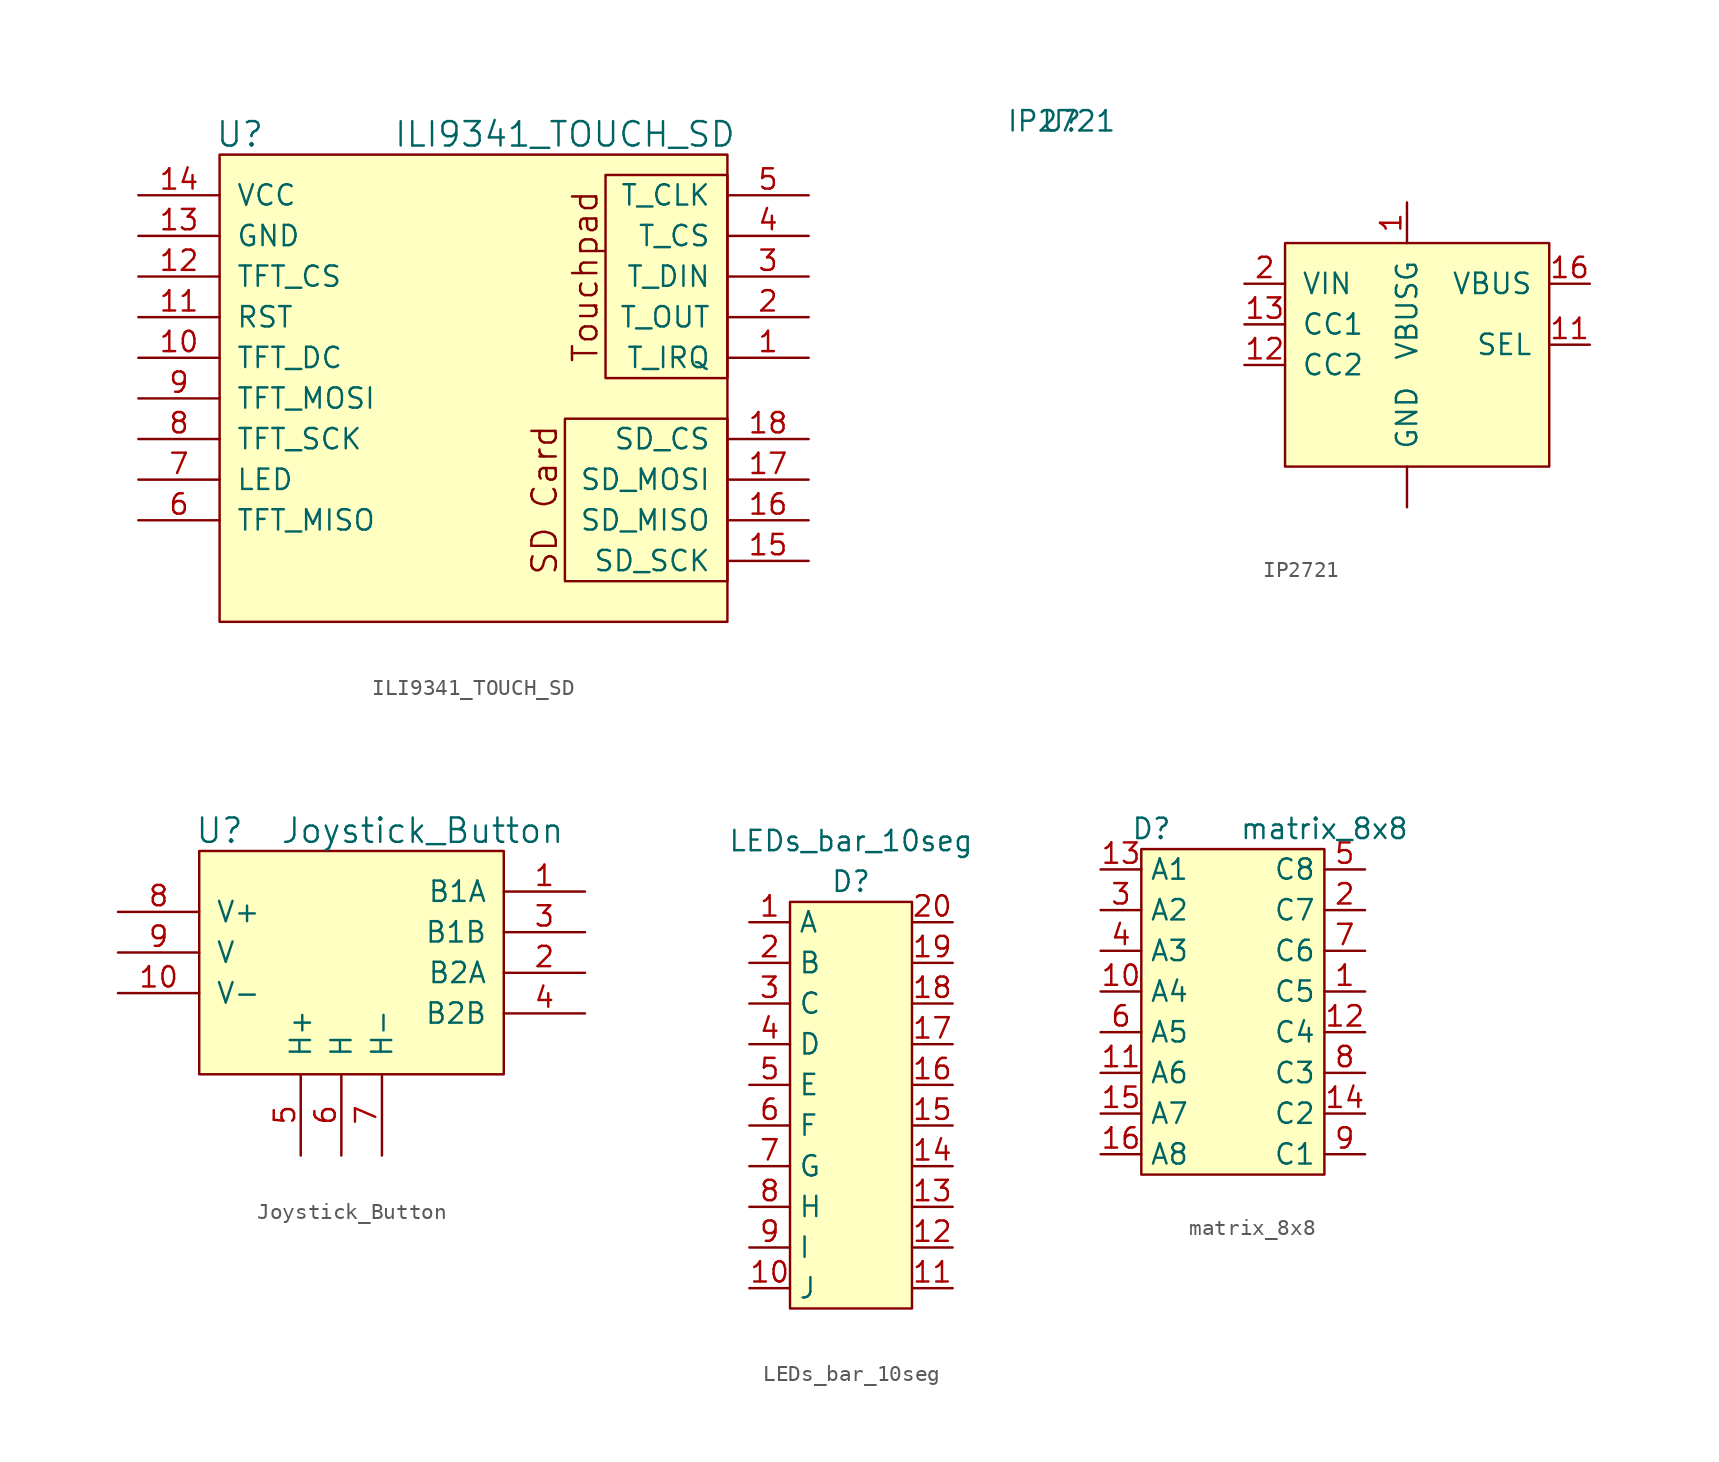
<source format=kicad_sym>
(kicad_symbol_lib
  (version 20211014)
  (generator kicad_symbol_editor)
  (symbol "ILI9341_TOUCH_SD"
    (pin_names
      (offset 1.016))
    (property "Reference" "U"
      (at -13.97 15.24 0)
      (effects (font (size 1.524 1.524))))
    (property "Value" "ILI9341_TOUCH_SD"
      (at 6.35 15.24 0)
      (effects (font (size 1.524 1.524))))
    (symbol "ILI9341_TOUCH_SD_0_0"
      (text "SD Card" (at 5.08 -7.62 900) (effects (font (size 1.524 1.524))))
      (text "Touchpad" (at 7.62 6.35 900) (effects (font (size 1.524 1.524)))))
    (symbol "ILI9341_TOUCH_SD_0_1"
      (rectangle (start -15.24 13.97) (end 16.51 -15.24) (stroke (width 0) (type default) (color 0 0 0 0)) (fill (type background)))
      (rectangle (start 6.35 -2.54) (end 16.51 -12.7) (stroke (width 0) (type default) (color 0 0 0 0)) (fill (type none)))
      (rectangle (start 16.51 12.7) (end 8.89 0) (stroke (width 0) (type default) (color 0 0 0 0)) (fill (type none))))
    (symbol "ILI9341_TOUCH_SD_1_1"
      (pin input line (at 21.59 1.27 180) (length 5.08) (name "T_IRQ" (effects (font (size 1.27 1.27)))) (number "1" (effects (font (size 1.27 1.27)))))
      (pin input line (at -20.32 1.27 0) (length 5.08) (name "TFT_DC" (effects (font (size 1.27 1.27)))) (number "10" (effects (font (size 1.27 1.27)))))
      (pin input line (at -20.32 3.81 0) (length 5.08) (name "RST" (effects (font (size 1.27 1.27)))) (number "11" (effects (font (size 1.27 1.27)))))
      (pin input line (at -20.32 6.35 0) (length 5.08) (name "TFT_CS" (effects (font (size 1.27 1.27)))) (number "12" (effects (font (size 1.27 1.27)))))
      (pin input line (at -20.32 8.89 0) (length 5.08) (name "GND" (effects (font (size 1.27 1.27)))) (number "13" (effects (font (size 1.27 1.27)))))
      (pin input line (at -20.32 11.43 0) (length 5.08) (name "VCC" (effects (font (size 1.27 1.27)))) (number "14" (effects (font (size 1.27 1.27)))))
      (pin input line (at 21.59 -11.43 180) (length 5.08) (name "SD_SCK" (effects (font (size 1.27 1.27)))) (number "15" (effects (font (size 1.27 1.27)))))
      (pin input line (at 21.59 -8.89 180) (length 5.08) (name "SD_MISO" (effects (font (size 1.27 1.27)))) (number "16" (effects (font (size 1.27 1.27)))))
      (pin input line (at 21.59 -6.35 180) (length 5.08) (name "SD_MOSI" (effects (font (size 1.27 1.27)))) (number "17" (effects (font (size 1.27 1.27)))))
      (pin input line (at 21.59 -3.81 180) (length 5.08) (name "SD_CS" (effects (font (size 1.27 1.27)))) (number "18" (effects (font (size 1.27 1.27)))))
      (pin input line (at 21.59 3.81 180) (length 5.08) (name "T_OUT" (effects (font (size 1.27 1.27)))) (number "2" (effects (font (size 1.27 1.27)))))
      (pin input line (at 21.59 6.35 180) (length 5.08) (name "T_DIN" (effects (font (size 1.27 1.27)))) (number "3" (effects (font (size 1.27 1.27)))))
      (pin input line (at 21.59 8.89 180) (length 5.08) (name "T_CS" (effects (font (size 1.27 1.27)))) (number "4" (effects (font (size 1.27 1.27)))))
      (pin input line (at 21.59 11.43 180) (length 5.08) (name "T_CLK" (effects (font (size 1.27 1.27)))) (number "5" (effects (font (size 1.27 1.27)))))
      (pin input line (at -20.32 -8.89 0) (length 5.08) (name "TFT_MISO" (effects (font (size 1.27 1.27)))) (number "6" (effects (font (size 1.27 1.27)))))
      (pin input line (at -20.32 -6.35 0) (length 5.08) (name "LED" (effects (font (size 1.27 1.27)))) (number "7" (effects (font (size 1.27 1.27)))))
      (pin input line (at -20.32 -3.81 0) (length 5.08) (name "TFT_SCK" (effects (font (size 1.27 1.27)))) (number "8" (effects (font (size 1.27 1.27)))))
      (pin input line (at -20.32 -1.27 0) (length 5.08) (name "TFT_MOSI" (effects (font (size 1.27 1.27)))) (number "9" (effects (font (size 1.27 1.27)))))))
  (symbol "IP2721"
    (pin_names
      (offset 1.016))
    (property "Reference" "U"
      (at -21.59 20.32 0)
      (effects (font (size 1.27 1.27))))
    (property "Value" "IP2721"
      (at -21.59 20.32 0)
      (effects (font (size 1.27 1.27))))
    (symbol "IP2721_0_1"
      (rectangle (start -7.62 12.7) (end 8.89 -1.27) (stroke (width 0) (type default) (color 0 0 0 0)) (fill (type background))))
    (symbol "IP2721_1_1"
      (pin output line (at 0 15.24 270) (length 2.54) (name "VBUSG" (effects (font (size 1.27 1.27)))) (number "1" (effects (font (size 1.27 1.27)))))
      (pin input line (at 11.43 6.35 180) (length 2.54) (name "SEL" (effects (font (size 1.27 1.27)))) (number "11" (effects (font (size 1.27 1.27)))))
      (pin output line (at -10.16 5.08 0) (length 2.54) (name "CC2" (effects (font (size 1.27 1.27)))) (number "12" (effects (font (size 1.27 1.27)))))
      (pin output line (at -10.16 7.62 0) (length 2.54) (name "CC1" (effects (font (size 1.27 1.27)))) (number "13" (effects (font (size 1.27 1.27)))))
      (pin power_in line (at 11.43 10.16 180) (length 2.54) (name "VBUS" (effects (font (size 1.27 1.27)))) (number "16" (effects (font (size 1.27 1.27)))))
      (pin power_in line (at -10.16 10.16 0) (length 2.54) (name "VIN" (effects (font (size 1.27 1.27)))) (number "2" (effects (font (size 1.27 1.27)))))
      (pin power_out line (at 0 -3.81 90) (length 2.54) (name "GND" (effects (font (size 1.27 1.27)))) (number "~" (effects (font (size 1.27 1.27)))))))
  (symbol "Joystick_Button"
    (pin_names
      (offset 1.016))
    (property "Reference" "U"
      (at -7.62 8.89 0)
      (effects (font (size 1.524 1.524))))
    (property "Value" "Joystick_Button"
      (at 5.08 8.89 0)
      (effects (font (size 1.524 1.524))))
    (symbol "Joystick_Button_0_1"
      (rectangle (start -8.89 7.62) (end 10.16 -6.35) (stroke (width 0) (type default) (color 0 0 0 0)) (fill (type background))))
    (symbol "Joystick_Button_1_1"
      (pin input line (at 15.24 5.08 180) (length 5.08) (name "B1A" (effects (font (size 1.27 1.27)))) (number "1" (effects (font (size 1.27 1.27)))))
      (pin input line (at -13.97 -1.27 0) (length 5.08) (name "V-" (effects (font (size 1.27 1.27)))) (number "10" (effects (font (size 1.27 1.27)))))
      (pin input line (at 15.24 0 180) (length 5.08) (name "B2A" (effects (font (size 1.27 1.27)))) (number "2" (effects (font (size 1.27 1.27)))))
      (pin input line (at 15.24 2.54 180) (length 5.08) (name "B1B" (effects (font (size 1.27 1.27)))) (number "3" (effects (font (size 1.27 1.27)))))
      (pin input line (at 15.24 -2.54 180) (length 5.08) (name "B2B" (effects (font (size 1.27 1.27)))) (number "4" (effects (font (size 1.27 1.27)))))
      (pin input line (at -2.54 -11.43 90) (length 5.08) (name "H+" (effects (font (size 1.27 1.27)))) (number "5" (effects (font (size 1.27 1.27)))))
      (pin input line (at 0 -11.43 90) (length 5.08) (name "H" (effects (font (size 1.27 1.27)))) (number "6" (effects (font (size 1.27 1.27)))))
      (pin input line (at 2.54 -11.43 90) (length 5.08) (name "H-" (effects (font (size 1.27 1.27)))) (number "7" (effects (font (size 1.27 1.27)))))
      (pin input line (at -13.97 3.81 0) (length 5.08) (name "V+" (effects (font (size 1.27 1.27)))) (number "8" (effects (font (size 1.27 1.27)))))
      (pin input line (at -13.97 1.27 0) (length 5.08) (name "V" (effects (font (size 1.27 1.27)))) (number "9" (effects (font (size 1.27 1.27)))))))
  (symbol "LEDs_bar_10seg"
    (property "Reference" "D"
      (at 0 13.97 0)
      (effects (font (size 1.27 1.27))))
    (property "Value" "LEDs_bar_10seg"
      (at 0 16.51 0)
      (effects (font (size 1.27 1.27))))
    (symbol "LEDs_bar_10seg_0_0"
      (pin passive line (at -6.35 11.43 0) (length 2.54) (name "A" (effects (font (size 1.27 1.27)))) (number "1" (effects (font (size 1.27 1.27)))))
      (pin passive line (at -6.35 -11.43 0) (length 2.54) (name "J" (effects (font (size 1.27 1.27)))) (number "10" (effects (font (size 1.27 1.27)))))
      (pin passive line (at 6.35 -11.43 180) (length 2.54) (name "" (effects (font (size 1.27 1.27)))) (number "11" (effects (font (size 1.27 1.27)))))
      (pin passive line (at 6.35 -8.89 180) (length 2.54) (name "" (effects (font (size 1.27 1.27)))) (number "12" (effects (font (size 1.27 1.27)))))
      (pin passive line (at 6.35 -6.35 180) (length 2.54) (name "" (effects (font (size 1.27 1.27)))) (number "13" (effects (font (size 1.27 1.27)))))
      (pin passive line (at 6.35 -3.81 180) (length 2.54) (name "" (effects (font (size 1.27 1.27)))) (number "14" (effects (font (size 1.27 1.27)))))
      (pin passive line (at 6.35 -1.27 180) (length 2.54) (name "" (effects (font (size 1.27 1.27)))) (number "15" (effects (font (size 1.27 1.27)))))
      (pin passive line (at 6.35 1.27 180) (length 2.54) (name "" (effects (font (size 1.27 1.27)))) (number "16" (effects (font (size 1.27 1.27)))))
      (pin passive line (at 6.35 3.81 180) (length 2.54) (name "" (effects (font (size 1.27 1.27)))) (number "17" (effects (font (size 1.27 1.27)))))
      (pin passive line (at 6.35 6.35 180) (length 2.54) (name "" (effects (font (size 1.27 1.27)))) (number "18" (effects (font (size 1.27 1.27)))))
      (pin passive line (at 6.35 8.89 180) (length 2.54) (name "" (effects (font (size 1.27 1.27)))) (number "19" (effects (font (size 1.27 1.27)))))
      (pin passive line (at -6.35 8.89 0) (length 2.54) (name "B" (effects (font (size 1.27 1.27)))) (number "2" (effects (font (size 1.27 1.27)))))
      (pin passive line (at 6.35 11.43 180) (length 2.54) (name "" (effects (font (size 1.27 1.27)))) (number "20" (effects (font (size 1.27 1.27)))))
      (pin passive line (at -6.35 6.35 0) (length 2.54) (name "C" (effects (font (size 1.27 1.27)))) (number "3" (effects (font (size 1.27 1.27)))))
      (pin passive line (at -6.35 3.81 0) (length 2.54) (name "D" (effects (font (size 1.27 1.27)))) (number "4" (effects (font (size 1.27 1.27)))))
      (pin passive line (at -6.35 1.27 0) (length 2.54) (name "E" (effects (font (size 1.27 1.27)))) (number "5" (effects (font (size 1.27 1.27)))))
      (pin passive line (at -6.35 -1.27 0) (length 2.54) (name "F" (effects (font (size 1.27 1.27)))) (number "6" (effects (font (size 1.27 1.27)))))
      (pin passive line (at -6.35 -3.81 0) (length 2.54) (name "G" (effects (font (size 1.27 1.27)))) (number "7" (effects (font (size 1.27 1.27)))))
      (pin passive line (at -6.35 -6.35 0) (length 2.54) (name "H" (effects (font (size 1.27 1.27)))) (number "8" (effects (font (size 1.27 1.27)))))
      (pin passive line (at -6.35 -8.89 0) (length 2.54) (name "I" (effects (font (size 1.27 1.27)))) (number "9" (effects (font (size 1.27 1.27))))))
    (symbol "LEDs_bar_10seg_0_1"
      (rectangle (start -3.81 12.7) (end 3.81 -12.7) (stroke (width 0.152) (type default) (color 0 0 0 0)) (fill (type background)))))
  (symbol "matrix_8x8"
    (property "Reference" "D"
      (at -4.445 11.43 0)
      (effects (font (size 1.27 1.27))))
    (property "Value" "matrix_8x8"
      (at 6.35 11.43 0)
      (effects (font (size 1.27 1.27))))
    (symbol "matrix_8x8_0_1"
      (rectangle (start -5.08 10.16) (end 6.35 -10.16) (stroke (width 0.152) (type default) (color 0 0 0 0)) (fill (type background))))
    (symbol "matrix_8x8_1_1"
      (pin input line (at 8.89 1.27 180) (length 2.54) (name "C5" (effects (font (size 1.27 1.27)))) (number "1" (effects (font (size 1.27 1.27)))))
      (pin input line (at -7.62 1.27 0) (length 2.54) (name "A4" (effects (font (size 1.27 1.27)))) (number "10" (effects (font (size 1.27 1.27)))))
      (pin input line (at -7.62 -3.81 0) (length 2.54) (name "A6" (effects (font (size 1.27 1.27)))) (number "11" (effects (font (size 1.27 1.27)))))
      (pin input line (at 8.89 -1.27 180) (length 2.54) (name "C4" (effects (font (size 1.27 1.27)))) (number "12" (effects (font (size 1.27 1.27)))))
      (pin input line (at -7.62 8.89 0) (length 2.54) (name "A1" (effects (font (size 1.27 1.27)))) (number "13" (effects (font (size 1.27 1.27)))))
      (pin input line (at 8.89 -6.35 180) (length 2.54) (name "C2" (effects (font (size 1.27 1.27)))) (number "14" (effects (font (size 1.27 1.27)))))
      (pin input line (at -7.62 -6.35 0) (length 2.54) (name "A7" (effects (font (size 1.27 1.27)))) (number "15" (effects (font (size 1.27 1.27)))))
      (pin input line (at -7.62 -8.89 0) (length 2.54) (name "A8" (effects (font (size 1.27 1.27)))) (number "16" (effects (font (size 1.27 1.27)))))
      (pin input line (at 8.89 6.35 180) (length 2.54) (name "C7" (effects (font (size 1.27 1.27)))) (number "2" (effects (font (size 1.27 1.27)))))
      (pin input line (at -7.62 6.35 0) (length 2.54) (name "A2" (effects (font (size 1.27 1.27)))) (number "3" (effects (font (size 1.27 1.27)))))
      (pin input line (at -7.62 3.81 0) (length 2.54) (name "A3" (effects (font (size 1.27 1.27)))) (number "4" (effects (font (size 1.27 1.27)))))
      (pin input line (at 8.89 8.89 180) (length 2.54) (name "C8" (effects (font (size 1.27 1.27)))) (number "5" (effects (font (size 1.27 1.27)))))
      (pin input line (at -7.62 -1.27 0) (length 2.54) (name "A5" (effects (font (size 1.27 1.27)))) (number "6" (effects (font (size 1.27 1.27)))))
      (pin input line (at 8.89 3.81 180) (length 2.54) (name "C6" (effects (font (size 1.27 1.27)))) (number "7" (effects (font (size 1.27 1.27)))))
      (pin input line (at 8.89 -3.81 180) (length 2.54) (name "C3" (effects (font (size 1.27 1.27)))) (number "8" (effects (font (size 1.27 1.27)))))
      (pin input line (at 8.89 -8.89 180) (length 2.54) (name "C1" (effects (font (size 1.27 1.27)))) (number "9" (effects (font (size 1.27 1.27))))))))
</source>
